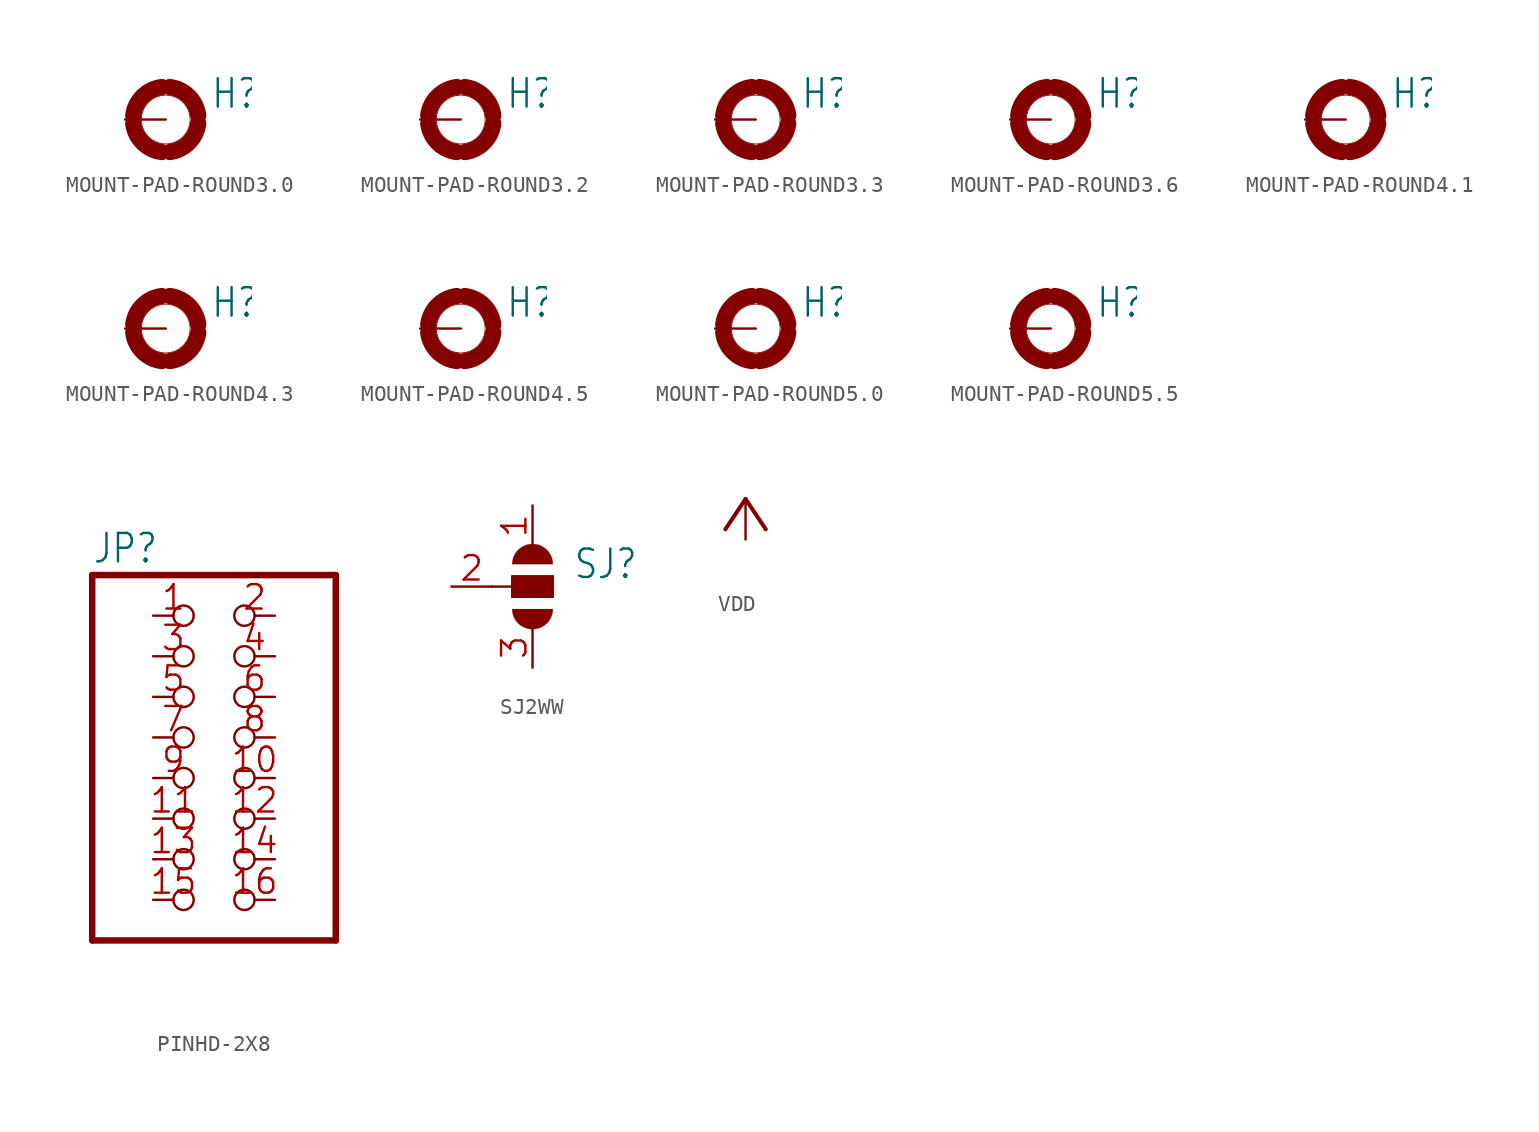
<source format=kicad_sym>
(kicad_symbol_lib
  (version 20241209)
  (generator "kicad_symbol_editor")
  (generator_version "9.0")
  (symbol "MOUNT-PAD-ROUND3.0"
    (property "Reference" "H"
      (at 2.794 0.584 0)
      (effects (font (size 1.778 1.511)) (justify left bottom)))
    (property "Value" ""
      (at 2.794 -2.464 0)
      (effects (font (size 1.778 1.511)) (justify left bottom)))
    (property "ki_locked" ""
      (at 0 0 0)
      (effects (font (size 1.27 1.27))))
    (symbol "MOUNT-PAD-ROUND3.0_1_0"
      (arc (start -2.032 0.254) (mid -1.448 1.448) (end -0.254 2.032) (stroke (width 1.016) (type solid)) (fill (type none)))
      (arc (start -0.254 -2.032) (mid -1.448 -1.448) (end -2.032 -0.254) (stroke (width 1.016) (type solid)) (fill (type none)))
      (circle (center 0 0) (radius 1.524) (stroke (width 0.051) (type solid)) (fill (type none)))
      (arc (start 0.254 2.032) (mid 1.448 1.448) (end 2.032 0.254) (stroke (width 1.016) (type solid)) (fill (type none)))
      (arc (start 2.032 -0.254) (mid 1.448 -1.448) (end 0.254 -2.032) (stroke (width 1.016) (type solid)) (fill (type none)))
      (pin passive line (at -2.54 0 0) (length 2.54) (name "MOUNT" (effects (font (size 0 0)))) (number "B3,0" (effects (font (size 0 0)))))))
  (symbol "MOUNT-PAD-ROUND3.2"
    (property "Reference" "H"
      (at 2.794 0.584 0)
      (effects (font (size 1.778 1.511)) (justify left bottom)))
    (property "Value" ""
      (at 2.794 -2.464 0)
      (effects (font (size 1.778 1.511)) (justify left bottom)))
    (property "ki_locked" ""
      (at 0 0 0)
      (effects (font (size 1.27 1.27))))
    (symbol "MOUNT-PAD-ROUND3.2_1_0"
      (arc (start -2.032 0.254) (mid -1.448 1.448) (end -0.254 2.032) (stroke (width 1.016) (type solid)) (fill (type none)))
      (arc (start -0.254 -2.032) (mid -1.448 -1.448) (end -2.032 -0.254) (stroke (width 1.016) (type solid)) (fill (type none)))
      (circle (center 0 0) (radius 1.524) (stroke (width 0.051) (type solid)) (fill (type none)))
      (arc (start 0.254 2.032) (mid 1.448 1.448) (end 2.032 0.254) (stroke (width 1.016) (type solid)) (fill (type none)))
      (arc (start 2.032 -0.254) (mid 1.448 -1.448) (end 0.254 -2.032) (stroke (width 1.016) (type solid)) (fill (type none)))
      (pin passive line (at -2.54 0 0) (length 2.54) (name "MOUNT" (effects (font (size 0 0)))) (number "B3,2" (effects (font (size 0 0)))))))
  (symbol "MOUNT-PAD-ROUND3.3"
    (property "Reference" "H"
      (at 2.794 0.584 0)
      (effects (font (size 1.778 1.511)) (justify left bottom)))
    (property "Value" ""
      (at 2.794 -2.464 0)
      (effects (font (size 1.778 1.511)) (justify left bottom)))
    (property "ki_locked" ""
      (at 0 0 0)
      (effects (font (size 1.27 1.27))))
    (symbol "MOUNT-PAD-ROUND3.3_1_0"
      (arc (start -2.032 0.254) (mid -1.448 1.448) (end -0.254 2.032) (stroke (width 1.016) (type solid)) (fill (type none)))
      (arc (start -0.254 -2.032) (mid -1.448 -1.448) (end -2.032 -0.254) (stroke (width 1.016) (type solid)) (fill (type none)))
      (circle (center 0 0) (radius 1.524) (stroke (width 0.051) (type solid)) (fill (type none)))
      (arc (start 0.254 2.032) (mid 1.448 1.448) (end 2.032 0.254) (stroke (width 1.016) (type solid)) (fill (type none)))
      (arc (start 2.032 -0.254) (mid 1.448 -1.448) (end 0.254 -2.032) (stroke (width 1.016) (type solid)) (fill (type none)))
      (pin passive line (at -2.54 0 0) (length 2.54) (name "MOUNT" (effects (font (size 0 0)))) (number "B3,3" (effects (font (size 0 0)))))))
  (symbol "MOUNT-PAD-ROUND3.6"
    (property "Reference" "H"
      (at 2.794 0.584 0)
      (effects (font (size 1.778 1.511)) (justify left bottom)))
    (property "Value" ""
      (at 2.794 -2.464 0)
      (effects (font (size 1.778 1.511)) (justify left bottom)))
    (property "ki_locked" ""
      (at 0 0 0)
      (effects (font (size 1.27 1.27))))
    (symbol "MOUNT-PAD-ROUND3.6_1_0"
      (arc (start -2.032 0.254) (mid -1.448 1.448) (end -0.254 2.032) (stroke (width 1.016) (type solid)) (fill (type none)))
      (arc (start -0.254 -2.032) (mid -1.448 -1.448) (end -2.032 -0.254) (stroke (width 1.016) (type solid)) (fill (type none)))
      (circle (center 0 0) (radius 1.524) (stroke (width 0.051) (type solid)) (fill (type none)))
      (arc (start 0.254 2.032) (mid 1.448 1.448) (end 2.032 0.254) (stroke (width 1.016) (type solid)) (fill (type none)))
      (arc (start 2.032 -0.254) (mid 1.448 -1.448) (end 0.254 -2.032) (stroke (width 1.016) (type solid)) (fill (type none)))
      (pin passive line (at -2.54 0 0) (length 2.54) (name "MOUNT" (effects (font (size 0 0)))) (number "B3,6" (effects (font (size 0 0)))))))
  (symbol "MOUNT-PAD-ROUND4.1"
    (property "Reference" "H"
      (at 2.794 0.584 0)
      (effects (font (size 1.778 1.511)) (justify left bottom)))
    (property "Value" ""
      (at 2.794 -2.464 0)
      (effects (font (size 1.778 1.511)) (justify left bottom)))
    (property "ki_locked" ""
      (at 0 0 0)
      (effects (font (size 1.27 1.27))))
    (symbol "MOUNT-PAD-ROUND4.1_1_0"
      (arc (start -2.032 0.254) (mid -1.448 1.448) (end -0.254 2.032) (stroke (width 1.016) (type solid)) (fill (type none)))
      (arc (start -0.254 -2.032) (mid -1.448 -1.448) (end -2.032 -0.254) (stroke (width 1.016) (type solid)) (fill (type none)))
      (circle (center 0 0) (radius 1.524) (stroke (width 0.051) (type solid)) (fill (type none)))
      (arc (start 0.254 2.032) (mid 1.448 1.448) (end 2.032 0.254) (stroke (width 1.016) (type solid)) (fill (type none)))
      (arc (start 2.032 -0.254) (mid 1.448 -1.448) (end 0.254 -2.032) (stroke (width 1.016) (type solid)) (fill (type none)))
      (pin passive line (at -2.54 0 0) (length 2.54) (name "MOUNT" (effects (font (size 0 0)))) (number "B4,1" (effects (font (size 0 0)))))))
  (symbol "MOUNT-PAD-ROUND4.3"
    (property "Reference" "H"
      (at 2.794 0.584 0)
      (effects (font (size 1.778 1.511)) (justify left bottom)))
    (property "Value" ""
      (at 2.794 -2.464 0)
      (effects (font (size 1.778 1.511)) (justify left bottom)))
    (property "ki_locked" ""
      (at 0 0 0)
      (effects (font (size 1.27 1.27))))
    (symbol "MOUNT-PAD-ROUND4.3_1_0"
      (arc (start -2.032 0.254) (mid -1.448 1.448) (end -0.254 2.032) (stroke (width 1.016) (type solid)) (fill (type none)))
      (arc (start -0.254 -2.032) (mid -1.448 -1.448) (end -2.032 -0.254) (stroke (width 1.016) (type solid)) (fill (type none)))
      (circle (center 0 0) (radius 1.524) (stroke (width 0.051) (type solid)) (fill (type none)))
      (arc (start 0.254 2.032) (mid 1.448 1.448) (end 2.032 0.254) (stroke (width 1.016) (type solid)) (fill (type none)))
      (arc (start 2.032 -0.254) (mid 1.448 -1.448) (end 0.254 -2.032) (stroke (width 1.016) (type solid)) (fill (type none)))
      (pin passive line (at -2.54 0 0) (length 2.54) (name "MOUNT" (effects (font (size 0 0)))) (number "B4,3" (effects (font (size 0 0)))))))
  (symbol "MOUNT-PAD-ROUND4.5"
    (property "Reference" "H"
      (at 2.794 0.584 0)
      (effects (font (size 1.778 1.511)) (justify left bottom)))
    (property "Value" ""
      (at 2.794 -2.464 0)
      (effects (font (size 1.778 1.511)) (justify left bottom)))
    (property "ki_locked" ""
      (at 0 0 0)
      (effects (font (size 1.27 1.27))))
    (symbol "MOUNT-PAD-ROUND4.5_1_0"
      (arc (start -2.032 0.254) (mid -1.448 1.448) (end -0.254 2.032) (stroke (width 1.016) (type solid)) (fill (type none)))
      (arc (start -0.254 -2.032) (mid -1.448 -1.448) (end -2.032 -0.254) (stroke (width 1.016) (type solid)) (fill (type none)))
      (circle (center 0 0) (radius 1.524) (stroke (width 0.051) (type solid)) (fill (type none)))
      (arc (start 0.254 2.032) (mid 1.448 1.448) (end 2.032 0.254) (stroke (width 1.016) (type solid)) (fill (type none)))
      (arc (start 2.032 -0.254) (mid 1.448 -1.448) (end 0.254 -2.032) (stroke (width 1.016) (type solid)) (fill (type none)))
      (pin passive line (at -2.54 0 0) (length 2.54) (name "MOUNT" (effects (font (size 0 0)))) (number "B4,5" (effects (font (size 0 0)))))))
  (symbol "MOUNT-PAD-ROUND5.0"
    (property "Reference" "H"
      (at 2.794 0.584 0)
      (effects (font (size 1.778 1.511)) (justify left bottom)))
    (property "Value" ""
      (at 2.794 -2.464 0)
      (effects (font (size 1.778 1.511)) (justify left bottom)))
    (property "ki_locked" ""
      (at 0 0 0)
      (effects (font (size 1.27 1.27))))
    (symbol "MOUNT-PAD-ROUND5.0_1_0"
      (arc (start -2.032 0.254) (mid -1.448 1.448) (end -0.254 2.032) (stroke (width 1.016) (type solid)) (fill (type none)))
      (arc (start -0.254 -2.032) (mid -1.448 -1.448) (end -2.032 -0.254) (stroke (width 1.016) (type solid)) (fill (type none)))
      (circle (center 0 0) (radius 1.524) (stroke (width 0.051) (type solid)) (fill (type none)))
      (arc (start 0.254 2.032) (mid 1.448 1.448) (end 2.032 0.254) (stroke (width 1.016) (type solid)) (fill (type none)))
      (arc (start 2.032 -0.254) (mid 1.448 -1.448) (end 0.254 -2.032) (stroke (width 1.016) (type solid)) (fill (type none)))
      (pin passive line (at -2.54 0 0) (length 2.54) (name "MOUNT" (effects (font (size 0 0)))) (number "B5" (effects (font (size 0 0)))))))
  (symbol "MOUNT-PAD-ROUND5.5"
    (property "Reference" "H"
      (at 2.794 0.584 0)
      (effects (font (size 1.778 1.511)) (justify left bottom)))
    (property "Value" ""
      (at 2.794 -2.464 0)
      (effects (font (size 1.778 1.511)) (justify left bottom)))
    (property "ki_locked" ""
      (at 0 0 0)
      (effects (font (size 1.27 1.27))))
    (symbol "MOUNT-PAD-ROUND5.5_1_0"
      (arc (start -2.032 0.254) (mid -1.448 1.448) (end -0.254 2.032) (stroke (width 1.016) (type solid)) (fill (type none)))
      (arc (start -0.254 -2.032) (mid -1.448 -1.448) (end -2.032 -0.254) (stroke (width 1.016) (type solid)) (fill (type none)))
      (circle (center 0 0) (radius 1.524) (stroke (width 0.051) (type solid)) (fill (type none)))
      (arc (start 0.254 2.032) (mid 1.448 1.448) (end 2.032 0.254) (stroke (width 1.016) (type solid)) (fill (type none)))
      (arc (start 2.032 -0.254) (mid 1.448 -1.448) (end 0.254 -2.032) (stroke (width 1.016) (type solid)) (fill (type none)))
      (pin passive line (at -2.54 0 0) (length 2.54) (name "MOUNT" (effects (font (size 0 0)))) (number "B5,5" (effects (font (size 0 0)))))))
  (symbol "PINHD-2X8"
    (property "Reference" "JP"
      (at -6.35 10.795 0)
      (effects (font (size 1.778 1.511)) (justify left bottom)))
    (property "Value" ""
      (at -6.35 -15.24 0)
      (effects (font (size 1.778 1.511)) (justify left bottom)))
    (property "ki_locked" ""
      (at 0 0 0)
      (effects (font (size 1.27 1.27))))
    (symbol "PINHD-2X8_1_0"
      (polyline (pts (xy -6.35 10.16) (xy -6.35 -12.7)) (stroke (width 0.406) (type solid)) (fill (type none)))
      (polyline (pts (xy -6.35 -12.7) (xy 8.89 -12.7)) (stroke (width 0.406) (type solid)) (fill (type none)))
      (polyline (pts (xy 8.89 10.16) (xy -6.35 10.16)) (stroke (width 0.406) (type solid)) (fill (type none)))
      (polyline (pts (xy 8.89 -12.7) (xy 8.89 10.16)) (stroke (width 0.406) (type solid)) (fill (type none)))
      (pin passive inverted (at -2.54 7.62 0) (length 2.54) (name "1" (effects (font (size 0 0)))) (number "1" (effects (font (size 1.524 1.524)))))
      (pin passive inverted (at -2.54 5.08 0) (length 2.54) (name "3" (effects (font (size 0 0)))) (number "3" (effects (font (size 1.524 1.524)))))
      (pin passive inverted (at -2.54 2.54 0) (length 2.54) (name "5" (effects (font (size 0 0)))) (number "5" (effects (font (size 1.524 1.524)))))
      (pin passive inverted (at -2.54 0 0) (length 2.54) (name "7" (effects (font (size 0 0)))) (number "7" (effects (font (size 1.524 1.524)))))
      (pin passive inverted (at -2.54 -2.54 0) (length 2.54) (name "9" (effects (font (size 0 0)))) (number "9" (effects (font (size 1.524 1.524)))))
      (pin passive inverted (at -2.54 -5.08 0) (length 2.54) (name "11" (effects (font (size 0 0)))) (number "11" (effects (font (size 1.524 1.524)))))
      (pin passive inverted (at -2.54 -7.62 0) (length 2.54) (name "13" (effects (font (size 0 0)))) (number "13" (effects (font (size 1.524 1.524)))))
      (pin passive inverted (at -2.54 -10.16 0) (length 2.54) (name "15" (effects (font (size 0 0)))) (number "15" (effects (font (size 1.524 1.524)))))
      (pin passive inverted (at 5.08 7.62 180) (length 2.54) (name "2" (effects (font (size 0 0)))) (number "2" (effects (font (size 1.524 1.524)))))
      (pin passive inverted (at 5.08 5.08 180) (length 2.54) (name "4" (effects (font (size 0 0)))) (number "4" (effects (font (size 1.524 1.524)))))
      (pin passive inverted (at 5.08 2.54 180) (length 2.54) (name "6" (effects (font (size 0 0)))) (number "6" (effects (font (size 1.524 1.524)))))
      (pin passive inverted (at 5.08 0 180) (length 2.54) (name "8" (effects (font (size 0 0)))) (number "8" (effects (font (size 1.524 1.524)))))
      (pin passive inverted (at 5.08 -2.54 180) (length 2.54) (name "10" (effects (font (size 0 0)))) (number "10" (effects (font (size 1.524 1.524)))))
      (pin passive inverted (at 5.08 -5.08 180) (length 2.54) (name "12" (effects (font (size 0 0)))) (number "12" (effects (font (size 1.524 1.524)))))
      (pin passive inverted (at 5.08 -7.62 180) (length 2.54) (name "14" (effects (font (size 0 0)))) (number "14" (effects (font (size 1.524 1.524)))))
      (pin passive inverted (at 5.08 -10.16 180) (length 2.54) (name "16" (effects (font (size 0 0)))) (number "16" (effects (font (size 1.524 1.524)))))))
  (symbol "SJ2WW"
    (property "Reference" "SJ"
      (at 2.54 0.381 0)
      (effects (font (size 1.778 1.511)) (justify left bottom)))
    (property "Value" ""
      (at 2.54 -1.905 0)
      (effects (font (size 1.778 1.511)) (justify left bottom)))
    (property "ki_locked" ""
      (at 0 0 0)
      (effects (font (size 1.27 1.27))))
    (symbol "SJ2WW_1_0"
      (polyline (pts (xy -2.54 0) (xy -1.27 0)) (stroke (width 0.152) (type solid)) (fill (type none)))
      (polyline (pts (xy -1.27 0.635) (xy 1.27 0.635)) (stroke (width 0.152) (type solid)) (fill (type none)))
      (polyline (pts (xy -1.27 0) (xy -1.27 0.635)) (stroke (width 0.152) (type solid)) (fill (type none)))
      (rectangle (start -1.27 -0.635) (end 1.27 0.635) (stroke (width 0) (type default)) (fill (type outline)))
      (polyline (pts (xy -1.27 -0.635) (xy -1.27 0)) (stroke (width 0.152) (type solid)) (fill (type none)))
      (arc (start -1.27 1.397) (mid 0 2.667) (end 1.27 1.397) (stroke (width 0.0001) (type solid)) (fill (type outline)))
      (arc (start 1.27 -1.397) (mid 0 -2.667) (end -1.27 -1.397) (stroke (width 0.0001) (type solid)) (fill (type outline)))
      (polyline (pts (xy 1.27 0.635) (xy 1.27 -0.635)) (stroke (width 0.152) (type solid)) (fill (type none)))
      (polyline (pts (xy 1.27 -0.635) (xy -1.27 -0.635)) (stroke (width 0.152) (type solid)) (fill (type none)))
      (pin passive line (at -5.08 0 0) (length 2.54) (name "2" (effects (font (size 0 0)))) (number "2" (effects (font (size 1.524 1.524)))))
      (pin passive line (at 0 5.08 270) (length 2.54) (name "1" (effects (font (size 0 0)))) (number "1" (effects (font (size 1.524 1.524)))))
      (pin passive line (at 0 -5.08 90) (length 2.54) (name "3" (effects (font (size 0 0)))) (number "3" (effects (font (size 1.524 1.524)))))))
  (symbol "VDD"
    (power)
    (property "Reference" "#VDD"
      (at 0 0 0)
      (effects (font (size 1.27 1.27)) (hide yes)))
    (property "Value" ""
      (at -1.905 -2.54 90)
      (effects (font (size 1.778 1.511)) (justify left bottom)))
    (property "ki_locked" ""
      (at 0 0 0)
      (effects (font (size 1.27 1.27))))
    (symbol "VDD_1_0"
      (polyline (pts (xy 0 2.54) (xy -1.27 0.635)) (stroke (width 0.254) (type solid)) (fill (type none)))
      (polyline (pts (xy 0 2.54) (xy 1.27 0.635)) (stroke (width 0.254) (type solid)) (fill (type none)))
      (pin power_in line (at 0 0 90) (length 2.54) (name "+3V3" (effects (font (size 0 0)))) (number "1" (effects (font (size 0 0))))))))
</source>
